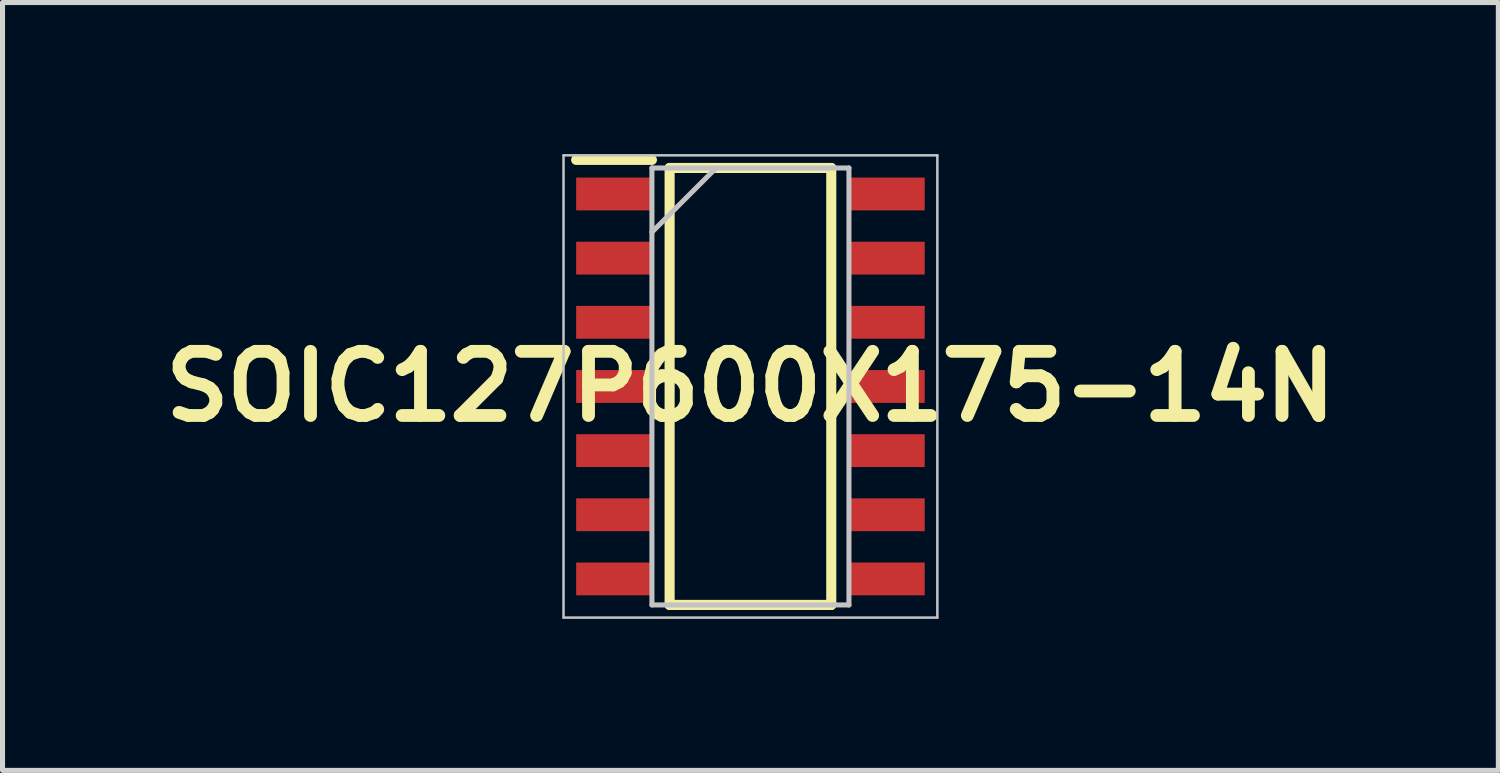
<source format=kicad_pcb>
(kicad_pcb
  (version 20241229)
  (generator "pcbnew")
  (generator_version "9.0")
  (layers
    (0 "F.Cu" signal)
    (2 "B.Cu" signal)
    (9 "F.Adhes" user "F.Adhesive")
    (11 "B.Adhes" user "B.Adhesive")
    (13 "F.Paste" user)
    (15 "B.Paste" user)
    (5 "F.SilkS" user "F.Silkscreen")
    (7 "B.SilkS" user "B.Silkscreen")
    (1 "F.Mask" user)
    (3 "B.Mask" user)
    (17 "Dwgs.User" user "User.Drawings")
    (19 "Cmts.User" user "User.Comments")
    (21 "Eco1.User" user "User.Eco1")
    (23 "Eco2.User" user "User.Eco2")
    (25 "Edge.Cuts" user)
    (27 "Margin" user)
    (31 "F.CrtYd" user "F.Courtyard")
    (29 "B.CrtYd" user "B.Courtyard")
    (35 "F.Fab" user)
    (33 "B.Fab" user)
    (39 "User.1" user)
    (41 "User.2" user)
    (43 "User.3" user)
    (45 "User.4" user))
  (footprint "SOIC127P600X175-14N"
    (layer "F.Cu")
    (at 11.805 4.6)
    (property "Reference" "SOIC127P600X175-14N" (at 0 0 0) (layer "F.SilkS") (effects (font (size 1.27 1.27) (thickness 0.254))))
    (attr smd)
    (fp_line (start -3.45 -4.485) (end -1.95 -4.485) (stroke (width 0.2) (type solid)) (layer "F.SilkS"))
    (fp_line (start -1.6 -4.325) (end 1.6 -4.325) (stroke (width 0.2) (type solid)) (layer "F.SilkS"))
    (fp_line (start -1.6 4.325) (end -1.6 -4.325) (stroke (width 0.2) (type solid)) (layer "F.SilkS"))
    (fp_line (start 1.6 -4.325) (end 1.6 4.325) (stroke (width 0.2) (type solid)) (layer "F.SilkS"))
    (fp_line (start 1.6 4.325) (end -1.6 4.325) (stroke (width 0.2) (type solid)) (layer "F.SilkS"))
    (fp_line (start -3.7 -4.575) (end 3.7 -4.575) (stroke (width 0.05) (type solid)) (layer "Dwgs.User"))
    (fp_line (start -3.7 4.575) (end -3.7 -4.575) (stroke (width 0.05) (type solid)) (layer "Dwgs.User"))
    (fp_line (start -1.95 -4.325) (end 1.95 -4.325) (stroke (width 0.1) (type solid)) (layer "Dwgs.User"))
    (fp_line (start -1.95 -3.055) (end -0.68 -4.325) (stroke (width 0.1) (type solid)) (layer "Dwgs.User"))
    (fp_line (start -1.95 4.325) (end -1.95 -4.325) (stroke (width 0.1) (type solid)) (layer "Dwgs.User"))
    (fp_line (start 1.95 -4.325) (end 1.95 4.325) (stroke (width 0.1) (type solid)) (layer "Dwgs.User"))
    (fp_line (start 1.95 4.325) (end -1.95 4.325) (stroke (width 0.1) (type solid)) (layer "Dwgs.User"))
    (fp_line (start 3.7 -4.575) (end 3.7 4.575) (stroke (width 0.05) (type solid)) (layer "Dwgs.User"))
    (fp_line (start 3.7 4.575) (end -3.7 4.575) (stroke (width 0.05) (type solid)) (layer "Dwgs.User"))
    (pad "1" smd rect (at -2.7 -3.81 90) (size 0.65 1.5) (layers "F.Cu" "F.Mask" "F.Paste"))
    (pad "2" smd rect (at -2.7 -2.54 90) (size 0.65 1.5) (layers "F.Cu" "F.Mask" "F.Paste"))
    (pad "3" smd rect (at -2.7 -1.27 90) (size 0.65 1.5) (layers "F.Cu" "F.Mask" "F.Paste"))
    (pad "4" smd rect (at -2.7 0 90) (size 0.65 1.5) (layers "F.Cu" "F.Mask" "F.Paste"))
    (pad "5" smd rect (at -2.7 1.27 90) (size 0.65 1.5) (layers "F.Cu" "F.Mask" "F.Paste"))
    (pad "6" smd rect (at -2.7 2.54 90) (size 0.65 1.5) (layers "F.Cu" "F.Mask" "F.Paste"))
    (pad "7" smd rect (at -2.7 3.81 90) (size 0.65 1.5) (layers "F.Cu" "F.Mask" "F.Paste"))
    (pad "8" smd rect (at 2.7 3.81 90) (size 0.65 1.5) (layers "F.Cu" "F.Mask" "F.Paste"))
    (pad "9" smd rect (at 2.7 2.54 90) (size 0.65 1.5) (layers "F.Cu" "F.Mask" "F.Paste"))
    (pad "10" smd rect (at 2.7 1.27 90) (size 0.65 1.5) (layers "F.Cu" "F.Mask" "F.Paste"))
    (pad "11" smd rect (at 2.7 0 90) (size 0.65 1.5) (layers "F.Cu" "F.Mask" "F.Paste"))
    (pad "12" smd rect (at 2.7 -1.27 90) (size 0.65 1.5) (layers "F.Cu" "F.Mask" "F.Paste"))
    (pad "13" smd rect (at 2.7 -2.54 90) (size 0.65 1.5) (layers "F.Cu" "F.Mask" "F.Paste"))
    (pad "14" smd rect (at 2.7 -3.81 90) (size 0.65 1.5) (layers "F.Cu" "F.Mask" "F.Paste")))
  (gr_rect
    (start -3 -3)
    (end 26.61 12.2)
    (stroke (width 0.1) (type default))
    (fill no)
    (layer "Edge.Cuts")))
</source>
